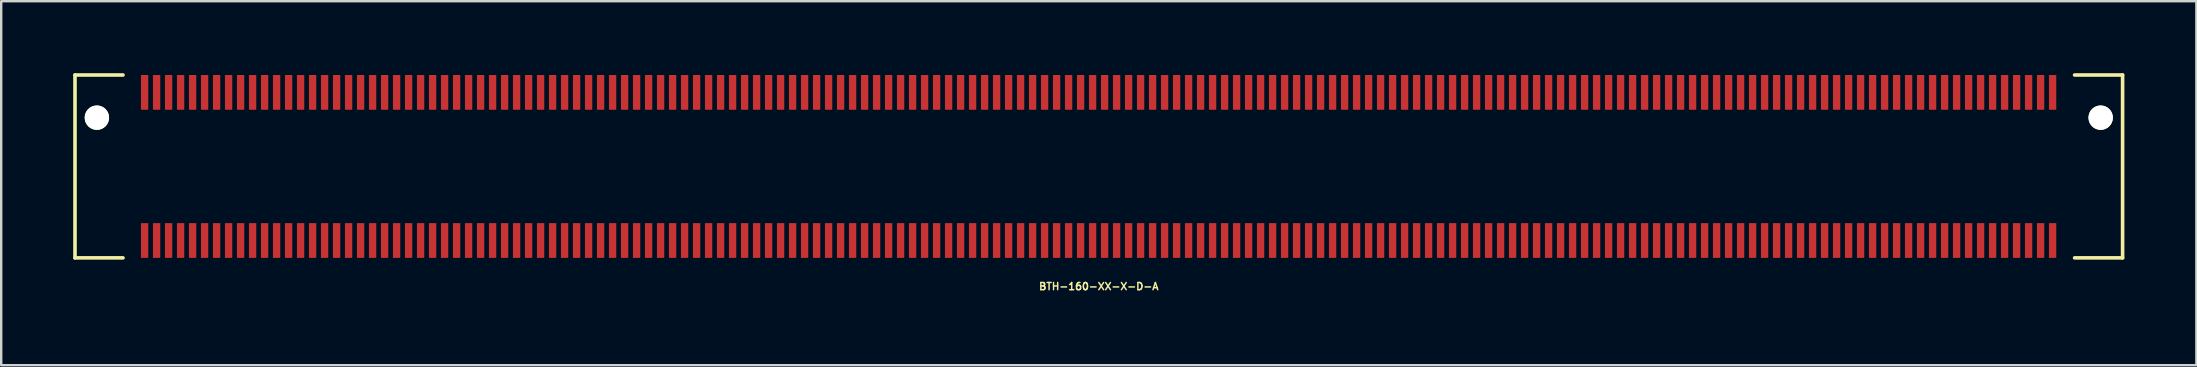
<source format=kicad_pcb>
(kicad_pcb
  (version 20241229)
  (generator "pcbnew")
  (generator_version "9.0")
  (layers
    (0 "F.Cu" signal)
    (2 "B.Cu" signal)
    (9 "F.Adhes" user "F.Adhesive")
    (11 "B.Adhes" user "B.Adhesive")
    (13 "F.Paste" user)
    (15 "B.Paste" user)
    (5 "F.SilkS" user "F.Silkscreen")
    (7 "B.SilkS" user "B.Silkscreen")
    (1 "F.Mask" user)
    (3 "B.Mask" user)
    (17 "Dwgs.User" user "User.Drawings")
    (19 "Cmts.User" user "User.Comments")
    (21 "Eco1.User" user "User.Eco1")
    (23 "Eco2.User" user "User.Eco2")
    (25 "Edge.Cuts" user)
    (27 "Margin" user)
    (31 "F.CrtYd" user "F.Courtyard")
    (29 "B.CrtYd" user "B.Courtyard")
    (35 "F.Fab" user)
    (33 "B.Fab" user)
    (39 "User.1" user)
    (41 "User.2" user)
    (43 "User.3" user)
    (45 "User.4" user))
  (footprint "BTH-160-XX-X-D-A"
    (layer "F.Cu")
    (at 42.733 3.885)
    (property "Reference" "BTH-160-XX-X-D-A" (at 0 5 0) (layer "F.SilkS") (effects (font (size 0.3 0.3) (thickness 0.061))))
    (attr smd)
    (fp_line (start -42.658 -3.81) (end -42.658 3.81) (stroke (width 0.15) (type solid)) (layer "F.SilkS"))
    (fp_line (start -42.658 3.81) (end -40.658 3.81) (stroke (width 0.15) (type solid)) (layer "F.SilkS"))
    (fp_line (start -40.658 -3.81) (end -42.658 -3.81) (stroke (width 0.15) (type solid)) (layer "F.SilkS"))
    (fp_line (start 40.658 -3.81) (end 42.658 -3.81) (stroke (width 0.15) (type solid)) (layer "F.SilkS"))
    (fp_line (start 42.658 -3.81) (end 42.658 3.81) (stroke (width 0.15) (type solid)) (layer "F.SilkS"))
    (fp_line (start 42.658 3.81) (end 40.658 3.81) (stroke (width 0.15) (type solid)) (layer "F.SilkS"))
    (pad "" np_thru_hole circle (at -41.746 -2.032) (size 1.016 1.016) (drill 1.016) (layers "*.Cu" "*.Mask" "F.SilkS"))
    (pad "" np_thru_hole circle (at 41.745 -2.032) (size 1.016 1.016) (drill 1.016) (layers "*.Cu" "*.Mask" "F.SilkS"))
    (pad "1" smd rect (at -39.758 -3.086) (size 0.305 1.448) (layers "F.Cu" "F.Mask" "F.Paste"))
    (pad "2" smd rect (at -39.758 3.086) (size 0.305 1.448) (layers "F.Cu" "F.Mask" "F.Paste"))
    (pad "3" smd rect (at -39.258 -3.086) (size 0.305 1.448) (layers "F.Cu" "F.Mask" "F.Paste"))
    (pad "4" smd rect (at -39.258 3.086) (size 0.305 1.448) (layers "F.Cu" "F.Mask" "F.Paste"))
    (pad "5" smd rect (at -38.758 -3.086) (size 0.305 1.448) (layers "F.Cu" "F.Mask" "F.Paste"))
    (pad "6" smd rect (at -38.758 3.086) (size 0.305 1.448) (layers "F.Cu" "F.Mask" "F.Paste"))
    (pad "7" smd rect (at -38.258 -3.086) (size 0.305 1.448) (layers "F.Cu" "F.Mask" "F.Paste"))
    (pad "8" smd rect (at -38.258 3.086) (size 0.305 1.448) (layers "F.Cu" "F.Mask" "F.Paste"))
    (pad "9" smd rect (at -37.758 -3.086) (size 0.305 1.448) (layers "F.Cu" "F.Mask" "F.Paste"))
    (pad "10" smd rect (at -37.758 3.086) (size 0.305 1.448) (layers "F.Cu" "F.Mask" "F.Paste"))
    (pad "11" smd rect (at -37.258 -3.086) (size 0.305 1.448) (layers "F.Cu" "F.Mask" "F.Paste"))
    (pad "12" smd rect (at -37.258 3.086) (size 0.305 1.448) (layers "F.Cu" "F.Mask" "F.Paste"))
    (pad "13" smd rect (at -36.758 -3.086) (size 0.305 1.448) (layers "F.Cu" "F.Mask" "F.Paste"))
    (pad "14" smd rect (at -36.758 3.086) (size 0.305 1.448) (layers "F.Cu" "F.Mask" "F.Paste"))
    (pad "15" smd rect (at -36.258 -3.086) (size 0.305 1.448) (layers "F.Cu" "F.Mask" "F.Paste"))
    (pad "16" smd rect (at -36.258 3.086) (size 0.305 1.448) (layers "F.Cu" "F.Mask" "F.Paste"))
    (pad "17" smd rect (at -35.758 -3.086) (size 0.305 1.448) (layers "F.Cu" "F.Mask" "F.Paste"))
    (pad "18" smd rect (at -35.758 3.086) (size 0.305 1.448) (layers "F.Cu" "F.Mask" "F.Paste"))
    (pad "19" smd rect (at -35.258 -3.086) (size 0.305 1.448) (layers "F.Cu" "F.Mask" "F.Paste"))
    (pad "20" smd rect (at -35.258 3.086) (size 0.305 1.448) (layers "F.Cu" "F.Mask" "F.Paste"))
    (pad "21" smd rect (at -34.758 -3.086) (size 0.305 1.448) (layers "F.Cu" "F.Mask" "F.Paste"))
    (pad "22" smd rect (at -34.758 3.086) (size 0.305 1.448) (layers "F.Cu" "F.Mask" "F.Paste"))
    (pad "23" smd rect (at -34.258 -3.086) (size 0.305 1.448) (layers "F.Cu" "F.Mask" "F.Paste"))
    (pad "24" smd rect (at -34.258 3.086) (size 0.305 1.448) (layers "F.Cu" "F.Mask" "F.Paste"))
    (pad "25" smd rect (at -33.758 -3.086) (size 0.305 1.448) (layers "F.Cu" "F.Mask" "F.Paste"))
    (pad "26" smd rect (at -33.758 3.086) (size 0.305 1.448) (layers "F.Cu" "F.Mask" "F.Paste"))
    (pad "27" smd rect (at -33.258 -3.086) (size 0.305 1.448) (layers "F.Cu" "F.Mask" "F.Paste"))
    (pad "28" smd rect (at -33.258 3.086) (size 0.305 1.448) (layers "F.Cu" "F.Mask" "F.Paste"))
    (pad "29" smd rect (at -32.758 -3.086) (size 0.305 1.448) (layers "F.Cu" "F.Mask" "F.Paste"))
    (pad "30" smd rect (at -32.758 3.086) (size 0.305 1.448) (layers "F.Cu" "F.Mask" "F.Paste"))
    (pad "31" smd rect (at -32.258 -3.086) (size 0.305 1.448) (layers "F.Cu" "F.Mask" "F.Paste"))
    (pad "32" smd rect (at -32.258 3.086) (size 0.305 1.448) (layers "F.Cu" "F.Mask" "F.Paste"))
    (pad "33" smd rect (at -31.758 -3.086) (size 0.305 1.448) (layers "F.Cu" "F.Mask" "F.Paste"))
    (pad "34" smd rect (at -31.758 3.086) (size 0.305 1.448) (layers "F.Cu" "F.Mask" "F.Paste"))
    (pad "35" smd rect (at -31.258 -3.086) (size 0.305 1.448) (layers "F.Cu" "F.Mask" "F.Paste"))
    (pad "36" smd rect (at -31.258 3.086) (size 0.305 1.448) (layers "F.Cu" "F.Mask" "F.Paste"))
    (pad "37" smd rect (at -30.758 -3.086) (size 0.305 1.448) (layers "F.Cu" "F.Mask" "F.Paste"))
    (pad "38" smd rect (at -30.758 3.086) (size 0.305 1.448) (layers "F.Cu" "F.Mask" "F.Paste"))
    (pad "39" smd rect (at -30.258 -3.086) (size 0.305 1.448) (layers "F.Cu" "F.Mask" "F.Paste"))
    (pad "40" smd rect (at -30.258 3.086) (size 0.305 1.448) (layers "F.Cu" "F.Mask" "F.Paste"))
    (pad "41" smd rect (at -29.758 -3.086) (size 0.305 1.448) (layers "F.Cu" "F.Mask" "F.Paste"))
    (pad "42" smd rect (at -29.758 3.086) (size 0.305 1.448) (layers "F.Cu" "F.Mask" "F.Paste"))
    (pad "43" smd rect (at -29.258 -3.086) (size 0.305 1.448) (layers "F.Cu" "F.Mask" "F.Paste"))
    (pad "44" smd rect (at -29.258 3.086) (size 0.305 1.448) (layers "F.Cu" "F.Mask" "F.Paste"))
    (pad "45" smd rect (at -28.758 -3.086) (size 0.305 1.448) (layers "F.Cu" "F.Mask" "F.Paste"))
    (pad "46" smd rect (at -28.758 3.086) (size 0.305 1.448) (layers "F.Cu" "F.Mask" "F.Paste"))
    (pad "47" smd rect (at -28.258 -3.086) (size 0.305 1.448) (layers "F.Cu" "F.Mask" "F.Paste"))
    (pad "48" smd rect (at -28.258 3.086) (size 0.305 1.448) (layers "F.Cu" "F.Mask" "F.Paste"))
    (pad "49" smd rect (at -27.758 -3.086) (size 0.305 1.448) (layers "F.Cu" "F.Mask" "F.Paste"))
    (pad "50" smd rect (at -27.758 3.086) (size 0.305 1.448) (layers "F.Cu" "F.Mask" "F.Paste"))
    (pad "51" smd rect (at -27.258 -3.086) (size 0.305 1.448) (layers "F.Cu" "F.Mask" "F.Paste"))
    (pad "52" smd rect (at -27.258 3.086) (size 0.305 1.448) (layers "F.Cu" "F.Mask" "F.Paste"))
    (pad "53" smd rect (at -26.758 -3.086) (size 0.305 1.448) (layers "F.Cu" "F.Mask" "F.Paste"))
    (pad "54" smd rect (at -26.758 3.086) (size 0.305 1.448) (layers "F.Cu" "F.Mask" "F.Paste"))
    (pad "55" smd rect (at -26.258 -3.086) (size 0.305 1.448) (layers "F.Cu" "F.Mask" "F.Paste"))
    (pad "56" smd rect (at -26.258 3.086) (size 0.305 1.448) (layers "F.Cu" "F.Mask" "F.Paste"))
    (pad "57" smd rect (at -25.758 -3.086) (size 0.305 1.448) (layers "F.Cu" "F.Mask" "F.Paste"))
    (pad "58" smd rect (at -25.758 3.086) (size 0.305 1.448) (layers "F.Cu" "F.Mask" "F.Paste"))
    (pad "59" smd rect (at -25.258 -3.086) (size 0.305 1.448) (layers "F.Cu" "F.Mask" "F.Paste"))
    (pad "60" smd rect (at -25.258 3.086) (size 0.305 1.448) (layers "F.Cu" "F.Mask" "F.Paste"))
    (pad "61" smd rect (at -24.758 -3.086) (size 0.305 1.448) (layers "F.Cu" "F.Mask" "F.Paste"))
    (pad "62" smd rect (at -24.758 3.086) (size 0.305 1.448) (layers "F.Cu" "F.Mask" "F.Paste"))
    (pad "63" smd rect (at -24.258 -3.086) (size 0.305 1.448) (layers "F.Cu" "F.Mask" "F.Paste"))
    (pad "64" smd rect (at -24.258 3.086) (size 0.305 1.448) (layers "F.Cu" "F.Mask" "F.Paste"))
    (pad "65" smd rect (at -23.758 -3.086) (size 0.305 1.448) (layers "F.Cu" "F.Mask" "F.Paste"))
    (pad "66" smd rect (at -23.758 3.086) (size 0.305 1.448) (layers "F.Cu" "F.Mask" "F.Paste"))
    (pad "67" smd rect (at -23.258 -3.086) (size 0.305 1.448) (layers "F.Cu" "F.Mask" "F.Paste"))
    (pad "68" smd rect (at -23.258 3.086) (size 0.305 1.448) (layers "F.Cu" "F.Mask" "F.Paste"))
    (pad "69" smd rect (at -22.758 -3.086) (size 0.305 1.448) (layers "F.Cu" "F.Mask" "F.Paste"))
    (pad "70" smd rect (at -22.758 3.086) (size 0.305 1.448) (layers "F.Cu" "F.Mask" "F.Paste"))
    (pad "71" smd rect (at -22.258 -3.086) (size 0.305 1.448) (layers "F.Cu" "F.Mask" "F.Paste"))
    (pad "72" smd rect (at -22.258 3.086) (size 0.305 1.448) (layers "F.Cu" "F.Mask" "F.Paste"))
    (pad "73" smd rect (at -21.758 -3.086) (size 0.305 1.448) (layers "F.Cu" "F.Mask" "F.Paste"))
    (pad "74" smd rect (at -21.758 3.086) (size 0.305 1.448) (layers "F.Cu" "F.Mask" "F.Paste"))
    (pad "75" smd rect (at -21.258 -3.086) (size 0.305 1.448) (layers "F.Cu" "F.Mask" "F.Paste"))
    (pad "76" smd rect (at -21.258 3.086) (size 0.305 1.448) (layers "F.Cu" "F.Mask" "F.Paste"))
    (pad "77" smd rect (at -20.758 -3.086) (size 0.305 1.448) (layers "F.Cu" "F.Mask" "F.Paste"))
    (pad "78" smd rect (at -20.758 3.086) (size 0.305 1.448) (layers "F.Cu" "F.Mask" "F.Paste"))
    (pad "79" smd rect (at -20.258 -3.086) (size 0.305 1.448) (layers "F.Cu" "F.Mask" "F.Paste"))
    (pad "80" smd rect (at -20.258 3.086) (size 0.305 1.448) (layers "F.Cu" "F.Mask" "F.Paste"))
    (pad "81" smd rect (at -19.758 -3.086) (size 0.305 1.448) (layers "F.Cu" "F.Mask" "F.Paste"))
    (pad "82" smd rect (at -19.758 3.086) (size 0.305 1.448) (layers "F.Cu" "F.Mask" "F.Paste"))
    (pad "83" smd rect (at -19.258 -3.086) (size 0.305 1.448) (layers "F.Cu" "F.Mask" "F.Paste"))
    (pad "84" smd rect (at -19.258 3.086) (size 0.305 1.448) (layers "F.Cu" "F.Mask" "F.Paste"))
    (pad "85" smd rect (at -18.758 -3.086) (size 0.305 1.448) (layers "F.Cu" "F.Mask" "F.Paste"))
    (pad "86" smd rect (at -18.758 3.086) (size 0.305 1.448) (layers "F.Cu" "F.Mask" "F.Paste"))
    (pad "87" smd rect (at -18.258 -3.086) (size 0.305 1.448) (layers "F.Cu" "F.Mask" "F.Paste"))
    (pad "88" smd rect (at -18.258 3.086) (size 0.305 1.448) (layers "F.Cu" "F.Mask" "F.Paste"))
    (pad "89" smd rect (at -17.758 -3.086) (size 0.305 1.448) (layers "F.Cu" "F.Mask" "F.Paste"))
    (pad "90" smd rect (at -17.758 3.086) (size 0.305 1.448) (layers "F.Cu" "F.Mask" "F.Paste"))
    (pad "91" smd rect (at -17.258 -3.086) (size 0.305 1.448) (layers "F.Cu" "F.Mask" "F.Paste"))
    (pad "92" smd rect (at -17.258 3.086) (size 0.305 1.448) (layers "F.Cu" "F.Mask" "F.Paste"))
    (pad "93" smd rect (at -16.758 -3.086) (size 0.305 1.448) (layers "F.Cu" "F.Mask" "F.Paste"))
    (pad "94" smd rect (at -16.758 3.086) (size 0.305 1.448) (layers "F.Cu" "F.Mask" "F.Paste"))
    (pad "95" smd rect (at -16.258 -3.086) (size 0.305 1.448) (layers "F.Cu" "F.Mask" "F.Paste"))
    (pad "96" smd rect (at -16.258 3.086) (size 0.305 1.448) (layers "F.Cu" "F.Mask" "F.Paste"))
    (pad "97" smd rect (at -15.758 -3.086) (size 0.305 1.448) (layers "F.Cu" "F.Mask" "F.Paste"))
    (pad "98" smd rect (at -15.758 3.086) (size 0.305 1.448) (layers "F.Cu" "F.Mask" "F.Paste"))
    (pad "99" smd rect (at -15.258 -3.086) (size 0.305 1.448) (layers "F.Cu" "F.Mask" "F.Paste"))
    (pad "100" smd rect (at -15.258 3.086) (size 0.305 1.448) (layers "F.Cu" "F.Mask" "F.Paste"))
    (pad "101" smd rect (at -14.758 -3.086) (size 0.305 1.448) (layers "F.Cu" "F.Mask" "F.Paste"))
    (pad "102" smd rect (at -14.758 3.086) (size 0.305 1.448) (layers "F.Cu" "F.Mask" "F.Paste"))
    (pad "103" smd rect (at -14.258 -3.086) (size 0.305 1.448) (layers "F.Cu" "F.Mask" "F.Paste"))
    (pad "104" smd rect (at -14.258 3.086) (size 0.305 1.448) (layers "F.Cu" "F.Mask" "F.Paste"))
    (pad "105" smd rect (at -13.758 -3.086) (size 0.305 1.448) (layers "F.Cu" "F.Mask" "F.Paste"))
    (pad "106" smd rect (at -13.758 3.086) (size 0.305 1.448) (layers "F.Cu" "F.Mask" "F.Paste"))
    (pad "107" smd rect (at -13.258 -3.086) (size 0.305 1.448) (layers "F.Cu" "F.Mask" "F.Paste"))
    (pad "108" smd rect (at -13.258 3.086) (size 0.305 1.448) (layers "F.Cu" "F.Mask" "F.Paste"))
    (pad "109" smd rect (at -12.758 -3.086) (size 0.305 1.448) (layers "F.Cu" "F.Mask" "F.Paste"))
    (pad "110" smd rect (at -12.758 3.086) (size 0.305 1.448) (layers "F.Cu" "F.Mask" "F.Paste"))
    (pad "111" smd rect (at -12.258 -3.086) (size 0.305 1.448) (layers "F.Cu" "F.Mask" "F.Paste"))
    (pad "112" smd rect (at -12.258 3.086) (size 0.305 1.448) (layers "F.Cu" "F.Mask" "F.Paste"))
    (pad "113" smd rect (at -11.758 -3.086) (size 0.305 1.448) (layers "F.Cu" "F.Mask" "F.Paste"))
    (pad "114" smd rect (at -11.758 3.086) (size 0.305 1.448) (layers "F.Cu" "F.Mask" "F.Paste"))
    (pad "115" smd rect (at -11.258 -3.086) (size 0.305 1.448) (layers "F.Cu" "F.Mask" "F.Paste"))
    (pad "116" smd rect (at -11.258 3.086) (size 0.305 1.448) (layers "F.Cu" "F.Mask" "F.Paste"))
    (pad "117" smd rect (at -10.758 -3.086) (size 0.305 1.448) (layers "F.Cu" "F.Mask" "F.Paste"))
    (pad "118" smd rect (at -10.758 3.086) (size 0.305 1.448) (layers "F.Cu" "F.Mask" "F.Paste"))
    (pad "119" smd rect (at -10.258 -3.086) (size 0.305 1.448) (layers "F.Cu" "F.Mask" "F.Paste"))
    (pad "120" smd rect (at -10.258 3.086) (size 0.305 1.448) (layers "F.Cu" "F.Mask" "F.Paste"))
    (pad "121" smd rect (at -9.758 -3.086) (size 0.305 1.448) (layers "F.Cu" "F.Mask" "F.Paste"))
    (pad "122" smd rect (at -9.758 3.086) (size 0.305 1.448) (layers "F.Cu" "F.Mask" "F.Paste"))
    (pad "123" smd rect (at -9.258 -3.086) (size 0.305 1.448) (layers "F.Cu" "F.Mask" "F.Paste"))
    (pad "124" smd rect (at -9.258 3.086) (size 0.305 1.448) (layers "F.Cu" "F.Mask" "F.Paste"))
    (pad "125" smd rect (at -8.758 -3.086) (size 0.305 1.448) (layers "F.Cu" "F.Mask" "F.Paste"))
    (pad "126" smd rect (at -8.758 3.086) (size 0.305 1.448) (layers "F.Cu" "F.Mask" "F.Paste"))
    (pad "127" smd rect (at -8.258 -3.086) (size 0.305 1.448) (layers "F.Cu" "F.Mask" "F.Paste"))
    (pad "128" smd rect (at -8.258 3.086) (size 0.305 1.448) (layers "F.Cu" "F.Mask" "F.Paste"))
    (pad "129" smd rect (at -7.758 -3.086) (size 0.305 1.448) (layers "F.Cu" "F.Mask" "F.Paste"))
    (pad "130" smd rect (at -7.758 3.086) (size 0.305 1.448) (layers "F.Cu" "F.Mask" "F.Paste"))
    (pad "131" smd rect (at -7.258 -3.086) (size 0.305 1.448) (layers "F.Cu" "F.Mask" "F.Paste"))
    (pad "132" smd rect (at -7.258 3.086) (size 0.305 1.448) (layers "F.Cu" "F.Mask" "F.Paste"))
    (pad "133" smd rect (at -6.758 -3.086) (size 0.305 1.448) (layers "F.Cu" "F.Mask" "F.Paste"))
    (pad "134" smd rect (at -6.758 3.086) (size 0.305 1.448) (layers "F.Cu" "F.Mask" "F.Paste"))
    (pad "135" smd rect (at -6.258 -3.086) (size 0.305 1.448) (layers "F.Cu" "F.Mask" "F.Paste"))
    (pad "136" smd rect (at -6.258 3.086) (size 0.305 1.448) (layers "F.Cu" "F.Mask" "F.Paste"))
    (pad "137" smd rect (at -5.758 -3.086) (size 0.305 1.448) (layers "F.Cu" "F.Mask" "F.Paste"))
    (pad "138" smd rect (at -5.758 3.086) (size 0.305 1.448) (layers "F.Cu" "F.Mask" "F.Paste"))
    (pad "139" smd rect (at -5.258 -3.086) (size 0.305 1.448) (layers "F.Cu" "F.Mask" "F.Paste"))
    (pad "140" smd rect (at -5.258 3.086) (size 0.305 1.448) (layers "F.Cu" "F.Mask" "F.Paste"))
    (pad "141" smd rect (at -4.758 -3.086) (size 0.305 1.448) (layers "F.Cu" "F.Mask" "F.Paste"))
    (pad "142" smd rect (at -4.758 3.086) (size 0.305 1.448) (layers "F.Cu" "F.Mask" "F.Paste"))
    (pad "143" smd rect (at -4.258 -3.086) (size 0.305 1.448) (layers "F.Cu" "F.Mask" "F.Paste"))
    (pad "144" smd rect (at -4.258 3.086) (size 0.305 1.448) (layers "F.Cu" "F.Mask" "F.Paste"))
    (pad "145" smd rect (at -3.758 -3.086) (size 0.305 1.448) (layers "F.Cu" "F.Mask" "F.Paste"))
    (pad "146" smd rect (at -3.758 3.086) (size 0.305 1.448) (layers "F.Cu" "F.Mask" "F.Paste"))
    (pad "147" smd rect (at -3.258 -3.086) (size 0.305 1.448) (layers "F.Cu" "F.Mask" "F.Paste"))
    (pad "148" smd rect (at -3.258 3.086) (size 0.305 1.448) (layers "F.Cu" "F.Mask" "F.Paste"))
    (pad "149" smd rect (at -2.758 -3.086) (size 0.305 1.448) (layers "F.Cu" "F.Mask" "F.Paste"))
    (pad "150" smd rect (at -2.758 3.086) (size 0.305 1.448) (layers "F.Cu" "F.Mask" "F.Paste"))
    (pad "151" smd rect (at -2.258 -3.086) (size 0.305 1.448) (layers "F.Cu" "F.Mask" "F.Paste"))
    (pad "152" smd rect (at -2.258 3.086) (size 0.305 1.448) (layers "F.Cu" "F.Mask" "F.Paste"))
    (pad "153" smd rect (at -1.758 -3.086) (size 0.305 1.448) (layers "F.Cu" "F.Mask" "F.Paste"))
    (pad "154" smd rect (at -1.758 3.086) (size 0.305 1.448) (layers "F.Cu" "F.Mask" "F.Paste"))
    (pad "155" smd rect (at -1.258 -3.086) (size 0.305 1.448) (layers "F.Cu" "F.Mask" "F.Paste"))
    (pad "156" smd rect (at -1.258 3.086) (size 0.305 1.448) (layers "F.Cu" "F.Mask" "F.Paste"))
    (pad "157" smd rect (at -0.758 -3.086) (size 0.305 1.448) (layers "F.Cu" "F.Mask" "F.Paste"))
    (pad "158" smd rect (at -0.758 3.086) (size 0.305 1.448) (layers "F.Cu" "F.Mask" "F.Paste"))
    (pad "159" smd rect (at -0.258 -3.086) (size 0.305 1.448) (layers "F.Cu" "F.Mask" "F.Paste"))
    (pad "160" smd rect (at -0.258 3.086) (size 0.305 1.448) (layers "F.Cu" "F.Mask" "F.Paste"))
    (pad "161" smd rect (at 0.242 -3.086) (size 0.305 1.448) (layers "F.Cu" "F.Mask" "F.Paste"))
    (pad "162" smd rect (at 0.242 3.086) (size 0.305 1.448) (layers "F.Cu" "F.Mask" "F.Paste"))
    (pad "163" smd rect (at 0.742 -3.086) (size 0.305 1.448) (layers "F.Cu" "F.Mask" "F.Paste"))
    (pad "164" smd rect (at 0.742 3.086) (size 0.305 1.448) (layers "F.Cu" "F.Mask" "F.Paste"))
    (pad "165" smd rect (at 1.242 -3.086) (size 0.305 1.448) (layers "F.Cu" "F.Mask" "F.Paste"))
    (pad "166" smd rect (at 1.242 3.086) (size 0.305 1.448) (layers "F.Cu" "F.Mask" "F.Paste"))
    (pad "167" smd rect (at 1.742 -3.086) (size 0.305 1.448) (layers "F.Cu" "F.Mask" "F.Paste"))
    (pad "168" smd rect (at 1.742 3.086) (size 0.305 1.448) (layers "F.Cu" "F.Mask" "F.Paste"))
    (pad "169" smd rect (at 2.242 -3.086) (size 0.305 1.448) (layers "F.Cu" "F.Mask" "F.Paste"))
    (pad "170" smd rect (at 2.242 3.086) (size 0.305 1.448) (layers "F.Cu" "F.Mask" "F.Paste"))
    (pad "171" smd rect (at 2.742 -3.086) (size 0.305 1.448) (layers "F.Cu" "F.Mask" "F.Paste"))
    (pad "172" smd rect (at 2.742 3.086) (size 0.305 1.448) (layers "F.Cu" "F.Mask" "F.Paste"))
    (pad "173" smd rect (at 3.242 -3.086) (size 0.305 1.448) (layers "F.Cu" "F.Mask" "F.Paste"))
    (pad "174" smd rect (at 3.242 3.086) (size 0.305 1.448) (layers "F.Cu" "F.Mask" "F.Paste"))
    (pad "175" smd rect (at 3.742 -3.086) (size 0.305 1.448) (layers "F.Cu" "F.Mask" "F.Paste"))
    (pad "176" smd rect (at 3.742 3.086) (size 0.305 1.448) (layers "F.Cu" "F.Mask" "F.Paste"))
    (pad "177" smd rect (at 4.242 -3.086) (size 0.305 1.448) (layers "F.Cu" "F.Mask" "F.Paste"))
    (pad "178" smd rect (at 4.242 3.086) (size 0.305 1.448) (layers "F.Cu" "F.Mask" "F.Paste"))
    (pad "179" smd rect (at 4.742 -3.086) (size 0.305 1.448) (layers "F.Cu" "F.Mask" "F.Paste"))
    (pad "180" smd rect (at 4.742 3.086) (size 0.305 1.448) (layers "F.Cu" "F.Mask" "F.Paste"))
    (pad "181" smd rect (at 5.242 -3.086) (size 0.305 1.448) (layers "F.Cu" "F.Mask" "F.Paste"))
    (pad "182" smd rect (at 5.242 3.086) (size 0.305 1.448) (layers "F.Cu" "F.Mask" "F.Paste"))
    (pad "183" smd rect (at 5.742 -3.086) (size 0.305 1.448) (layers "F.Cu" "F.Mask" "F.Paste"))
    (pad "184" smd rect (at 5.742 3.086) (size 0.305 1.448) (layers "F.Cu" "F.Mask" "F.Paste"))
    (pad "185" smd rect (at 6.242 -3.086) (size 0.305 1.448) (layers "F.Cu" "F.Mask" "F.Paste"))
    (pad "186" smd rect (at 6.242 3.086) (size 0.305 1.448) (layers "F.Cu" "F.Mask" "F.Paste"))
    (pad "187" smd rect (at 6.742 -3.086) (size 0.305 1.448) (layers "F.Cu" "F.Mask" "F.Paste"))
    (pad "188" smd rect (at 6.742 3.086) (size 0.305 1.448) (layers "F.Cu" "F.Mask" "F.Paste"))
    (pad "189" smd rect (at 7.242 -3.086) (size 0.305 1.448) (layers "F.Cu" "F.Mask" "F.Paste"))
    (pad "190" smd rect (at 7.242 3.086) (size 0.305 1.448) (layers "F.Cu" "F.Mask" "F.Paste"))
    (pad "191" smd rect (at 7.742 -3.086) (size 0.305 1.448) (layers "F.Cu" "F.Mask" "F.Paste"))
    (pad "192" smd rect (at 7.742 3.086) (size 0.305 1.448) (layers "F.Cu" "F.Mask" "F.Paste"))
    (pad "193" smd rect (at 8.242 -3.086) (size 0.305 1.448) (layers "F.Cu" "F.Mask" "F.Paste"))
    (pad "194" smd rect (at 8.242 3.086) (size 0.305 1.448) (layers "F.Cu" "F.Mask" "F.Paste"))
    (pad "195" smd rect (at 8.742 -3.086) (size 0.305 1.448) (layers "F.Cu" "F.Mask" "F.Paste"))
    (pad "196" smd rect (at 8.742 3.086) (size 0.305 1.448) (layers "F.Cu" "F.Mask" "F.Paste"))
    (pad "197" smd rect (at 9.242 -3.086) (size 0.305 1.448) (layers "F.Cu" "F.Mask" "F.Paste"))
    (pad "198" smd rect (at 9.242 3.086) (size 0.305 1.448) (layers "F.Cu" "F.Mask" "F.Paste"))
    (pad "199" smd rect (at 9.742 -3.086) (size 0.305 1.448) (layers "F.Cu" "F.Mask" "F.Paste"))
    (pad "200" smd rect (at 9.742 3.086) (size 0.305 1.448) (layers "F.Cu" "F.Mask" "F.Paste"))
    (pad "201" smd rect (at 10.242 -3.086) (size 0.305 1.448) (layers "F.Cu" "F.Mask" "F.Paste"))
    (pad "202" smd rect (at 10.242 3.086) (size 0.305 1.448) (layers "F.Cu" "F.Mask" "F.Paste"))
    (pad "203" smd rect (at 10.742 -3.086) (size 0.305 1.448) (layers "F.Cu" "F.Mask" "F.Paste"))
    (pad "204" smd rect (at 10.742 3.086) (size 0.305 1.448) (layers "F.Cu" "F.Mask" "F.Paste"))
    (pad "205" smd rect (at 11.242 -3.086) (size 0.305 1.448) (layers "F.Cu" "F.Mask" "F.Paste"))
    (pad "206" smd rect (at 11.242 3.086) (size 0.305 1.448) (layers "F.Cu" "F.Mask" "F.Paste"))
    (pad "207" smd rect (at 11.742 -3.086) (size 0.305 1.448) (layers "F.Cu" "F.Mask" "F.Paste"))
    (pad "208" smd rect (at 11.742 3.086) (size 0.305 1.448) (layers "F.Cu" "F.Mask" "F.Paste"))
    (pad "209" smd rect (at 12.242 -3.086) (size 0.305 1.448) (layers "F.Cu" "F.Mask" "F.Paste"))
    (pad "210" smd rect (at 12.242 3.086) (size 0.305 1.448) (layers "F.Cu" "F.Mask" "F.Paste"))
    (pad "211" smd rect (at 12.742 -3.086) (size 0.305 1.448) (layers "F.Cu" "F.Mask" "F.Paste"))
    (pad "212" smd rect (at 12.742 3.086) (size 0.305 1.448) (layers "F.Cu" "F.Mask" "F.Paste"))
    (pad "213" smd rect (at 13.242 -3.086) (size 0.305 1.448) (layers "F.Cu" "F.Mask" "F.Paste"))
    (pad "214" smd rect (at 13.242 3.086) (size 0.305 1.448) (layers "F.Cu" "F.Mask" "F.Paste"))
    (pad "215" smd rect (at 13.742 -3.086) (size 0.305 1.448) (layers "F.Cu" "F.Mask" "F.Paste"))
    (pad "216" smd rect (at 13.742 3.086) (size 0.305 1.448) (layers "F.Cu" "F.Mask" "F.Paste"))
    (pad "217" smd rect (at 14.242 -3.086) (size 0.305 1.448) (layers "F.Cu" "F.Mask" "F.Paste"))
    (pad "218" smd rect (at 14.242 3.086) (size 0.305 1.448) (layers "F.Cu" "F.Mask" "F.Paste"))
    (pad "219" smd rect (at 14.742 -3.086) (size 0.305 1.448) (layers "F.Cu" "F.Mask" "F.Paste"))
    (pad "220" smd rect (at 14.742 3.086) (size 0.305 1.448) (layers "F.Cu" "F.Mask" "F.Paste"))
    (pad "221" smd rect (at 15.242 -3.086) (size 0.305 1.448) (layers "F.Cu" "F.Mask" "F.Paste"))
    (pad "222" smd rect (at 15.242 3.086) (size 0.305 1.448) (layers "F.Cu" "F.Mask" "F.Paste"))
    (pad "223" smd rect (at 15.742 -3.086) (size 0.305 1.448) (layers "F.Cu" "F.Mask" "F.Paste"))
    (pad "224" smd rect (at 15.742 3.086) (size 0.305 1.448) (layers "F.Cu" "F.Mask" "F.Paste"))
    (pad "225" smd rect (at 16.242 -3.086) (size 0.305 1.448) (layers "F.Cu" "F.Mask" "F.Paste"))
    (pad "226" smd rect (at 16.242 3.086) (size 0.305 1.448) (layers "F.Cu" "F.Mask" "F.Paste"))
    (pad "227" smd rect (at 16.742 -3.086) (size 0.305 1.448) (layers "F.Cu" "F.Mask" "F.Paste"))
    (pad "228" smd rect (at 16.742 3.086) (size 0.305 1.448) (layers "F.Cu" "F.Mask" "F.Paste"))
    (pad "229" smd rect (at 17.242 -3.086) (size 0.305 1.448) (layers "F.Cu" "F.Mask" "F.Paste"))
    (pad "230" smd rect (at 17.242 3.086) (size 0.305 1.448) (layers "F.Cu" "F.Mask" "F.Paste"))
    (pad "231" smd rect (at 17.742 -3.086) (size 0.305 1.448) (layers "F.Cu" "F.Mask" "F.Paste"))
    (pad "232" smd rect (at 17.742 3.086) (size 0.305 1.448) (layers "F.Cu" "F.Mask" "F.Paste"))
    (pad "233" smd rect (at 18.242 -3.086) (size 0.305 1.448) (layers "F.Cu" "F.Mask" "F.Paste"))
    (pad "234" smd rect (at 18.242 3.086) (size 0.305 1.448) (layers "F.Cu" "F.Mask" "F.Paste"))
    (pad "235" smd rect (at 18.742 -3.086) (size 0.305 1.448) (layers "F.Cu" "F.Mask" "F.Paste"))
    (pad "236" smd rect (at 18.742 3.086) (size 0.305 1.448) (layers "F.Cu" "F.Mask" "F.Paste"))
    (pad "237" smd rect (at 19.242 -3.086) (size 0.305 1.448) (layers "F.Cu" "F.Mask" "F.Paste"))
    (pad "238" smd rect (at 19.242 3.086) (size 0.305 1.448) (layers "F.Cu" "F.Mask" "F.Paste"))
    (pad "239" smd rect (at 19.742 -3.086) (size 0.305 1.448) (layers "F.Cu" "F.Mask" "F.Paste"))
    (pad "240" smd rect (at 19.742 3.086) (size 0.305 1.448) (layers "F.Cu" "F.Mask" "F.Paste"))
    (pad "241" smd rect (at 20.242 -3.086) (size 0.305 1.448) (layers "F.Cu" "F.Mask" "F.Paste"))
    (pad "242" smd rect (at 20.242 3.086) (size 0.305 1.448) (layers "F.Cu" "F.Mask" "F.Paste"))
    (pad "243" smd rect (at 20.742 -3.086) (size 0.305 1.448) (layers "F.Cu" "F.Mask" "F.Paste"))
    (pad "244" smd rect (at 20.742 3.086) (size 0.305 1.448) (layers "F.Cu" "F.Mask" "F.Paste"))
    (pad "245" smd rect (at 21.242 -3.086) (size 0.305 1.448) (layers "F.Cu" "F.Mask" "F.Paste"))
    (pad "246" smd rect (at 21.242 3.086) (size 0.305 1.448) (layers "F.Cu" "F.Mask" "F.Paste"))
    (pad "247" smd rect (at 21.742 -3.086) (size 0.305 1.448) (layers "F.Cu" "F.Mask" "F.Paste"))
    (pad "248" smd rect (at 21.742 3.086) (size 0.305 1.448) (layers "F.Cu" "F.Mask" "F.Paste"))
    (pad "249" smd rect (at 22.242 -3.086) (size 0.305 1.448) (layers "F.Cu" "F.Mask" "F.Paste"))
    (pad "250" smd rect (at 22.242 3.086) (size 0.305 1.448) (layers "F.Cu" "F.Mask" "F.Paste"))
    (pad "251" smd rect (at 22.742 -3.086) (size 0.305 1.448) (layers "F.Cu" "F.Mask" "F.Paste"))
    (pad "252" smd rect (at 22.742 3.086) (size 0.305 1.448) (layers "F.Cu" "F.Mask" "F.Paste"))
    (pad "253" smd rect (at 23.242 -3.086) (size 0.305 1.448) (layers "F.Cu" "F.Mask" "F.Paste"))
    (pad "254" smd rect (at 23.242 3.086) (size 0.305 1.448) (layers "F.Cu" "F.Mask" "F.Paste"))
    (pad "255" smd rect (at 23.742 -3.086) (size 0.305 1.448) (layers "F.Cu" "F.Mask" "F.Paste"))
    (pad "256" smd rect (at 23.742 3.086) (size 0.305 1.448) (layers "F.Cu" "F.Mask" "F.Paste"))
    (pad "257" smd rect (at 24.242 -3.086) (size 0.305 1.448) (layers "F.Cu" "F.Mask" "F.Paste"))
    (pad "258" smd rect (at 24.242 3.086) (size 0.305 1.448) (layers "F.Cu" "F.Mask" "F.Paste"))
    (pad "259" smd rect (at 24.742 -3.086) (size 0.305 1.448) (layers "F.Cu" "F.Mask" "F.Paste"))
    (pad "260" smd rect (at 24.742 3.086) (size 0.305 1.448) (layers "F.Cu" "F.Mask" "F.Paste"))
    (pad "261" smd rect (at 25.242 -3.086) (size 0.305 1.448) (layers "F.Cu" "F.Mask" "F.Paste"))
    (pad "262" smd rect (at 25.242 3.086) (size 0.305 1.448) (layers "F.Cu" "F.Mask" "F.Paste"))
    (pad "263" smd rect (at 25.742 -3.086) (size 0.305 1.448) (layers "F.Cu" "F.Mask" "F.Paste"))
    (pad "264" smd rect (at 25.742 3.086) (size 0.305 1.448) (layers "F.Cu" "F.Mask" "F.Paste"))
    (pad "265" smd rect (at 26.242 -3.086) (size 0.305 1.448) (layers "F.Cu" "F.Mask" "F.Paste"))
    (pad "266" smd rect (at 26.242 3.086) (size 0.305 1.448) (layers "F.Cu" "F.Mask" "F.Paste"))
    (pad "267" smd rect (at 26.742 -3.086) (size 0.305 1.448) (layers "F.Cu" "F.Mask" "F.Paste"))
    (pad "268" smd rect (at 26.742 3.086) (size 0.305 1.448) (layers "F.Cu" "F.Mask" "F.Paste"))
    (pad "269" smd rect (at 27.242 -3.086) (size 0.305 1.448) (layers "F.Cu" "F.Mask" "F.Paste"))
    (pad "270" smd rect (at 27.242 3.086) (size 0.305 1.448) (layers "F.Cu" "F.Mask" "F.Paste"))
    (pad "271" smd rect (at 27.742 -3.086) (size 0.305 1.448) (layers "F.Cu" "F.Mask" "F.Paste"))
    (pad "272" smd rect (at 27.742 3.086) (size 0.305 1.448) (layers "F.Cu" "F.Mask" "F.Paste"))
    (pad "273" smd rect (at 28.242 -3.086) (size 0.305 1.448) (layers "F.Cu" "F.Mask" "F.Paste"))
    (pad "274" smd rect (at 28.242 3.086) (size 0.305 1.448) (layers "F.Cu" "F.Mask" "F.Paste"))
    (pad "275" smd rect (at 28.742 -3.086) (size 0.305 1.448) (layers "F.Cu" "F.Mask" "F.Paste"))
    (pad "276" smd rect (at 28.742 3.086) (size 0.305 1.448) (layers "F.Cu" "F.Mask" "F.Paste"))
    (pad "277" smd rect (at 29.242 -3.086) (size 0.305 1.448) (layers "F.Cu" "F.Mask" "F.Paste"))
    (pad "278" smd rect (at 29.242 3.086) (size 0.305 1.448) (layers "F.Cu" "F.Mask" "F.Paste"))
    (pad "279" smd rect (at 29.742 -3.086) (size 0.305 1.448) (layers "F.Cu" "F.Mask" "F.Paste"))
    (pad "280" smd rect (at 29.742 3.086) (size 0.305 1.448) (layers "F.Cu" "F.Mask" "F.Paste"))
    (pad "281" smd rect (at 30.242 -3.086) (size 0.305 1.448) (layers "F.Cu" "F.Mask" "F.Paste"))
    (pad "282" smd rect (at 30.242 3.086) (size 0.305 1.448) (layers "F.Cu" "F.Mask" "F.Paste"))
    (pad "283" smd rect (at 30.742 -3.086) (size 0.305 1.448) (layers "F.Cu" "F.Mask" "F.Paste"))
    (pad "284" smd rect (at 30.742 3.086) (size 0.305 1.448) (layers "F.Cu" "F.Mask" "F.Paste"))
    (pad "285" smd rect (at 31.242 -3.086) (size 0.305 1.448) (layers "F.Cu" "F.Mask" "F.Paste"))
    (pad "286" smd rect (at 31.242 3.086) (size 0.305 1.448) (layers "F.Cu" "F.Mask" "F.Paste"))
    (pad "287" smd rect (at 31.742 -3.086) (size 0.305 1.448) (layers "F.Cu" "F.Mask" "F.Paste"))
    (pad "288" smd rect (at 31.742 3.086) (size 0.305 1.448) (layers "F.Cu" "F.Mask" "F.Paste"))
    (pad "289" smd rect (at 32.242 -3.086) (size 0.305 1.448) (layers "F.Cu" "F.Mask" "F.Paste"))
    (pad "290" smd rect (at 32.242 3.086) (size 0.305 1.448) (layers "F.Cu" "F.Mask" "F.Paste"))
    (pad "291" smd rect (at 32.742 -3.086) (size 0.305 1.448) (layers "F.Cu" "F.Mask" "F.Paste"))
    (pad "292" smd rect (at 32.742 3.086) (size 0.305 1.448) (layers "F.Cu" "F.Mask" "F.Paste"))
    (pad "293" smd rect (at 33.242 -3.086) (size 0.305 1.448) (layers "F.Cu" "F.Mask" "F.Paste"))
    (pad "294" smd rect (at 33.242 3.086) (size 0.305 1.448) (layers "F.Cu" "F.Mask" "F.Paste"))
    (pad "295" smd rect (at 33.742 -3.086) (size 0.305 1.448) (layers "F.Cu" "F.Mask" "F.Paste"))
    (pad "296" smd rect (at 33.742 3.086) (size 0.305 1.448) (layers "F.Cu" "F.Mask" "F.Paste"))
    (pad "297" smd rect (at 34.242 -3.086) (size 0.305 1.448) (layers "F.Cu" "F.Mask" "F.Paste"))
    (pad "298" smd rect (at 34.242 3.086) (size 0.305 1.448) (layers "F.Cu" "F.Mask" "F.Paste"))
    (pad "299" smd rect (at 34.742 -3.086) (size 0.305 1.448) (layers "F.Cu" "F.Mask" "F.Paste"))
    (pad "300" smd rect (at 34.742 3.086) (size 0.305 1.448) (layers "F.Cu" "F.Mask" "F.Paste"))
    (pad "301" smd rect (at 35.242 -3.086) (size 0.305 1.448) (layers "F.Cu" "F.Mask" "F.Paste"))
    (pad "302" smd rect (at 35.242 3.086) (size 0.305 1.448) (layers "F.Cu" "F.Mask" "F.Paste"))
    (pad "303" smd rect (at 35.742 -3.086) (size 0.305 1.448) (layers "F.Cu" "F.Mask" "F.Paste"))
    (pad "304" smd rect (at 35.742 3.086) (size 0.305 1.448) (layers "F.Cu" "F.Mask" "F.Paste"))
    (pad "305" smd rect (at 36.242 -3.086) (size 0.305 1.448) (layers "F.Cu" "F.Mask" "F.Paste"))
    (pad "306" smd rect (at 36.242 3.086) (size 0.305 1.448) (layers "F.Cu" "F.Mask" "F.Paste"))
    (pad "307" smd rect (at 36.742 -3.086) (size 0.305 1.448) (layers "F.Cu" "F.Mask" "F.Paste"))
    (pad "308" smd rect (at 36.742 3.086) (size 0.305 1.448) (layers "F.Cu" "F.Mask" "F.Paste"))
    (pad "309" smd rect (at 37.242 -3.086) (size 0.305 1.448) (layers "F.Cu" "F.Mask" "F.Paste"))
    (pad "310" smd rect (at 37.242 3.086) (size 0.305 1.448) (layers "F.Cu" "F.Mask" "F.Paste"))
    (pad "311" smd rect (at 37.742 -3.086) (size 0.305 1.448) (layers "F.Cu" "F.Mask" "F.Paste"))
    (pad "312" smd rect (at 37.742 3.086) (size 0.305 1.448) (layers "F.Cu" "F.Mask" "F.Paste"))
    (pad "313" smd rect (at 38.242 -3.086) (size 0.305 1.448) (layers "F.Cu" "F.Mask" "F.Paste"))
    (pad "314" smd rect (at 38.242 3.086) (size 0.305 1.448) (layers "F.Cu" "F.Mask" "F.Paste"))
    (pad "315" smd rect (at 38.742 -3.086) (size 0.305 1.448) (layers "F.Cu" "F.Mask" "F.Paste"))
    (pad "316" smd rect (at 38.742 3.086) (size 0.305 1.448) (layers "F.Cu" "F.Mask" "F.Paste"))
    (pad "317" smd rect (at 39.242 -3.086) (size 0.305 1.448) (layers "F.Cu" "F.Mask" "F.Paste"))
    (pad "318" smd rect (at 39.242 3.086) (size 0.305 1.448) (layers "F.Cu" "F.Mask" "F.Paste"))
    (pad "319" smd rect (at 39.742 -3.086) (size 0.305 1.448) (layers "F.Cu" "F.Mask" "F.Paste"))
    (pad "320" smd rect (at 39.742 3.086) (size 0.305 1.448) (layers "F.Cu" "F.Mask" "F.Paste")))
  (gr_rect
    (start -3 -3)
    (end 88.466 12.167)
    (stroke (width 0.1) (type default))
    (fill no)
    (layer "Edge.Cuts")))
</source>
